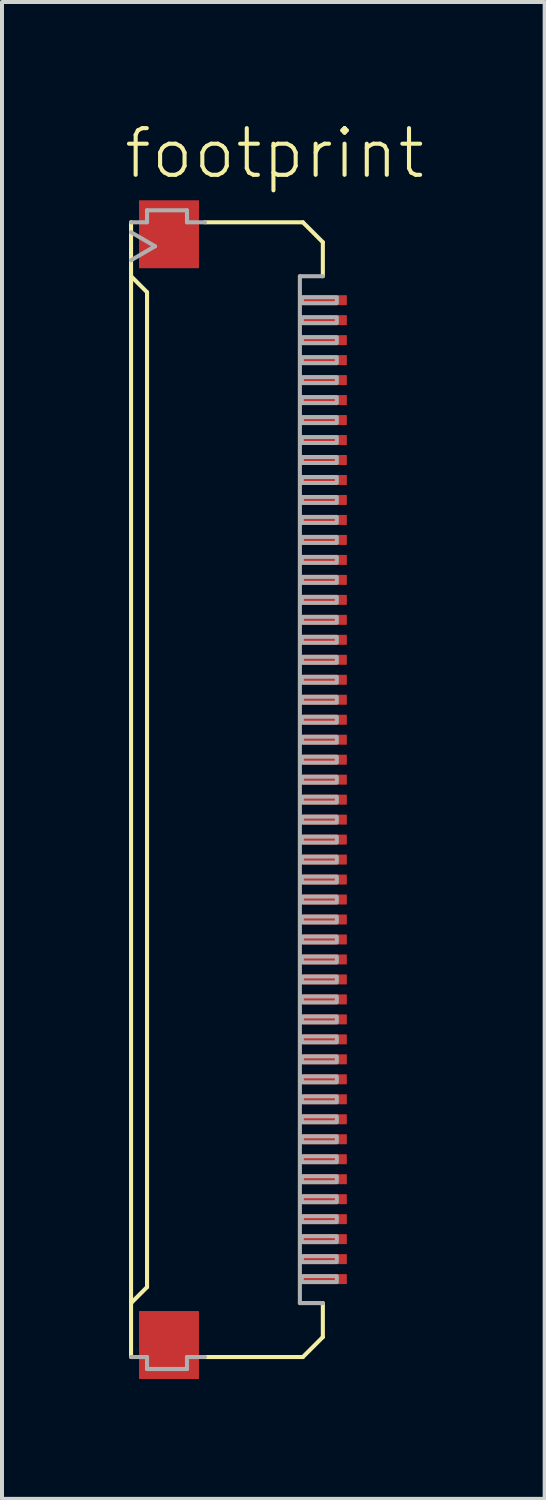
<source format=kicad_pcb>
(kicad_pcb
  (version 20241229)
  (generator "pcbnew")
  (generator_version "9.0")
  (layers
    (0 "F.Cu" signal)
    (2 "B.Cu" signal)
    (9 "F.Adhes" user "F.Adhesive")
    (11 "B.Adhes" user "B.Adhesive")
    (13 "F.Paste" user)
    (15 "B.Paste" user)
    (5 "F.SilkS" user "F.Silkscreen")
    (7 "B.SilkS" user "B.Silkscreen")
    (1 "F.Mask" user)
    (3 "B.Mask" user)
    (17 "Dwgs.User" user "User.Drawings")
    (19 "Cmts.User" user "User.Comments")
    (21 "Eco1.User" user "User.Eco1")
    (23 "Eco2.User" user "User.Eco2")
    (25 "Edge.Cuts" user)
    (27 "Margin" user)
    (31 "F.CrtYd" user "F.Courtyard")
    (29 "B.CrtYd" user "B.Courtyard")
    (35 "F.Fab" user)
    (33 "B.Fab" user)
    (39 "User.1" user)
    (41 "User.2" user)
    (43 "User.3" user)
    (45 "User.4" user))
  (footprint "footprint"
    (layer "F.Cu")
    (at 2.54 16.713)
    (property "Reference" "footprint" (at -2.54 -15.24 0) (layer "F.SilkS") (effects (font (size 1.168 1.168) (thickness 0.102)) (justify left bottom)))
    (fp_poly (pts (xy 1.965 -12.1) (xy 3.115 -12.1) (xy 3.115 -12.4) (xy 1.965 -12.4)) (stroke (width 0) (type solid)) (fill yes) (layer "F.Mask"))
    (fp_poly (pts (xy 1.965 -11.6) (xy 3.115 -11.6) (xy 3.115 -11.9) (xy 1.965 -11.9)) (stroke (width 0) (type solid)) (fill yes) (layer "F.Mask"))
    (fp_poly (pts (xy 1.965 -11.1) (xy 3.115 -11.1) (xy 3.115 -11.4) (xy 1.965 -11.4)) (stroke (width 0) (type solid)) (fill yes) (layer "F.Mask"))
    (fp_poly (pts (xy 1.965 -10.6) (xy 3.115 -10.6) (xy 3.115 -10.9) (xy 1.965 -10.9)) (stroke (width 0) (type solid)) (fill yes) (layer "F.Mask"))
    (fp_poly (pts (xy 1.965 -10.1) (xy 3.115 -10.1) (xy 3.115 -10.4) (xy 1.965 -10.4)) (stroke (width 0) (type solid)) (fill yes) (layer "F.Mask"))
    (fp_poly (pts (xy 1.965 -9.6) (xy 3.115 -9.6) (xy 3.115 -9.9) (xy 1.965 -9.9)) (stroke (width 0) (type solid)) (fill yes) (layer "F.Mask"))
    (fp_poly (pts (xy 1.965 -9.1) (xy 3.115 -9.1) (xy 3.115 -9.4) (xy 1.965 -9.4)) (stroke (width 0) (type solid)) (fill yes) (layer "F.Mask"))
    (fp_poly (pts (xy 1.965 -8.6) (xy 3.115 -8.6) (xy 3.115 -8.9) (xy 1.965 -8.9)) (stroke (width 0) (type solid)) (fill yes) (layer "F.Mask"))
    (fp_poly (pts (xy 1.965 -8.1) (xy 3.115 -8.1) (xy 3.115 -8.4) (xy 1.965 -8.4)) (stroke (width 0) (type solid)) (fill yes) (layer "F.Mask"))
    (fp_poly (pts (xy 1.965 -7.6) (xy 3.115 -7.6) (xy 3.115 -7.9) (xy 1.965 -7.9)) (stroke (width 0) (type solid)) (fill yes) (layer "F.Mask"))
    (fp_poly (pts (xy 1.965 -7.1) (xy 3.115 -7.1) (xy 3.115 -7.4) (xy 1.965 -7.4)) (stroke (width 0) (type solid)) (fill yes) (layer "F.Mask"))
    (fp_poly (pts (xy 1.965 -6.6) (xy 3.115 -6.6) (xy 3.115 -6.9) (xy 1.965 -6.9)) (stroke (width 0) (type solid)) (fill yes) (layer "F.Mask"))
    (fp_poly (pts (xy 1.965 -6.1) (xy 3.115 -6.1) (xy 3.115 -6.4) (xy 1.965 -6.4)) (stroke (width 0) (type solid)) (fill yes) (layer "F.Mask"))
    (fp_poly (pts (xy 1.965 -5.6) (xy 3.115 -5.6) (xy 3.115 -5.9) (xy 1.965 -5.9)) (stroke (width 0) (type solid)) (fill yes) (layer "F.Mask"))
    (fp_poly (pts (xy 1.965 -5.1) (xy 3.115 -5.1) (xy 3.115 -5.4) (xy 1.965 -5.4)) (stroke (width 0) (type solid)) (fill yes) (layer "F.Mask"))
    (fp_poly (pts (xy 1.965 -4.6) (xy 3.115 -4.6) (xy 3.115 -4.9) (xy 1.965 -4.9)) (stroke (width 0) (type solid)) (fill yes) (layer "F.Mask"))
    (fp_poly (pts (xy 1.965 -4.1) (xy 3.115 -4.1) (xy 3.115 -4.4) (xy 1.965 -4.4)) (stroke (width 0) (type solid)) (fill yes) (layer "F.Mask"))
    (fp_poly (pts (xy 1.965 -3.6) (xy 3.115 -3.6) (xy 3.115 -3.9) (xy 1.965 -3.9)) (stroke (width 0) (type solid)) (fill yes) (layer "F.Mask"))
    (fp_poly (pts (xy 1.965 -3.1) (xy 3.115 -3.1) (xy 3.115 -3.4) (xy 1.965 -3.4)) (stroke (width 0) (type solid)) (fill yes) (layer "F.Mask"))
    (fp_poly (pts (xy 1.965 -2.6) (xy 3.115 -2.6) (xy 3.115 -2.9) (xy 1.965 -2.9)) (stroke (width 0) (type solid)) (fill yes) (layer "F.Mask"))
    (fp_poly (pts (xy 1.965 -2.1) (xy 3.115 -2.1) (xy 3.115 -2.4) (xy 1.965 -2.4)) (stroke (width 0) (type solid)) (fill yes) (layer "F.Mask"))
    (fp_poly (pts (xy 1.965 -1.6) (xy 3.115 -1.6) (xy 3.115 -1.9) (xy 1.965 -1.9)) (stroke (width 0) (type solid)) (fill yes) (layer "F.Mask"))
    (fp_poly (pts (xy 1.965 -1.1) (xy 3.115 -1.1) (xy 3.115 -1.4) (xy 1.965 -1.4)) (stroke (width 0) (type solid)) (fill yes) (layer "F.Mask"))
    (fp_poly (pts (xy 1.965 -0.6) (xy 3.115 -0.6) (xy 3.115 -0.9) (xy 1.965 -0.9)) (stroke (width 0) (type solid)) (fill yes) (layer "F.Mask"))
    (fp_poly (pts (xy 1.965 -0.1) (xy 3.115 -0.1) (xy 3.115 -0.4) (xy 1.965 -0.4)) (stroke (width 0) (type solid)) (fill yes) (layer "F.Mask"))
    (fp_poly (pts (xy 1.965 0.4) (xy 3.115 0.4) (xy 3.115 0.1) (xy 1.965 0.1)) (stroke (width 0) (type solid)) (fill yes) (layer "F.Mask"))
    (fp_poly (pts (xy 1.965 0.9) (xy 3.115 0.9) (xy 3.115 0.6) (xy 1.965 0.6)) (stroke (width 0) (type solid)) (fill yes) (layer "F.Mask"))
    (fp_poly (pts (xy 1.965 1.4) (xy 3.115 1.4) (xy 3.115 1.1) (xy 1.965 1.1)) (stroke (width 0) (type solid)) (fill yes) (layer "F.Mask"))
    (fp_poly (pts (xy 1.965 1.9) (xy 3.115 1.9) (xy 3.115 1.6) (xy 1.965 1.6)) (stroke (width 0) (type solid)) (fill yes) (layer "F.Mask"))
    (fp_poly (pts (xy 1.965 2.4) (xy 3.115 2.4) (xy 3.115 2.1) (xy 1.965 2.1)) (stroke (width 0) (type solid)) (fill yes) (layer "F.Mask"))
    (fp_poly (pts (xy 1.965 2.9) (xy 3.115 2.9) (xy 3.115 2.6) (xy 1.965 2.6)) (stroke (width 0) (type solid)) (fill yes) (layer "F.Mask"))
    (fp_poly (pts (xy 1.965 3.4) (xy 3.115 3.4) (xy 3.115 3.1) (xy 1.965 3.1)) (stroke (width 0) (type solid)) (fill yes) (layer "F.Mask"))
    (fp_poly (pts (xy 1.965 3.9) (xy 3.115 3.9) (xy 3.115 3.6) (xy 1.965 3.6)) (stroke (width 0) (type solid)) (fill yes) (layer "F.Mask"))
    (fp_poly (pts (xy 1.965 4.4) (xy 3.115 4.4) (xy 3.115 4.1) (xy 1.965 4.1)) (stroke (width 0) (type solid)) (fill yes) (layer "F.Mask"))
    (fp_poly (pts (xy 1.965 4.9) (xy 3.115 4.9) (xy 3.115 4.6) (xy 1.965 4.6)) (stroke (width 0) (type solid)) (fill yes) (layer "F.Mask"))
    (fp_poly (pts (xy 1.965 5.4) (xy 3.115 5.4) (xy 3.115 5.1) (xy 1.965 5.1)) (stroke (width 0) (type solid)) (fill yes) (layer "F.Mask"))
    (fp_poly (pts (xy 1.965 5.9) (xy 3.115 5.9) (xy 3.115 5.6) (xy 1.965 5.6)) (stroke (width 0) (type solid)) (fill yes) (layer "F.Mask"))
    (fp_poly (pts (xy 1.965 6.4) (xy 3.115 6.4) (xy 3.115 6.1) (xy 1.965 6.1)) (stroke (width 0) (type solid)) (fill yes) (layer "F.Mask"))
    (fp_poly (pts (xy 1.965 6.9) (xy 3.115 6.9) (xy 3.115 6.6) (xy 1.965 6.6)) (stroke (width 0) (type solid)) (fill yes) (layer "F.Mask"))
    (fp_poly (pts (xy 1.965 7.4) (xy 3.115 7.4) (xy 3.115 7.1) (xy 1.965 7.1)) (stroke (width 0) (type solid)) (fill yes) (layer "F.Mask"))
    (fp_poly (pts (xy 1.965 7.9) (xy 3.115 7.9) (xy 3.115 7.6) (xy 1.965 7.6)) (stroke (width 0) (type solid)) (fill yes) (layer "F.Mask"))
    (fp_poly (pts (xy 1.965 8.4) (xy 3.115 8.4) (xy 3.115 8.1) (xy 1.965 8.1)) (stroke (width 0) (type solid)) (fill yes) (layer "F.Mask"))
    (fp_poly (pts (xy 1.965 8.9) (xy 3.115 8.9) (xy 3.115 8.6) (xy 1.965 8.6)) (stroke (width 0) (type solid)) (fill yes) (layer "F.Mask"))
    (fp_poly (pts (xy 1.965 9.4) (xy 3.115 9.4) (xy 3.115 9.1) (xy 1.965 9.1)) (stroke (width 0) (type solid)) (fill yes) (layer "F.Mask"))
    (fp_poly (pts (xy 1.965 9.9) (xy 3.115 9.9) (xy 3.115 9.6) (xy 1.965 9.6)) (stroke (width 0) (type solid)) (fill yes) (layer "F.Mask"))
    (fp_poly (pts (xy 1.965 10.4) (xy 3.115 10.4) (xy 3.115 10.1) (xy 1.965 10.1)) (stroke (width 0) (type solid)) (fill yes) (layer "F.Mask"))
    (fp_poly (pts (xy 1.965 10.9) (xy 3.115 10.9) (xy 3.115 10.6) (xy 1.965 10.6)) (stroke (width 0) (type solid)) (fill yes) (layer "F.Mask"))
    (fp_poly (pts (xy 1.965 11.4) (xy 3.115 11.4) (xy 3.115 11.1) (xy 1.965 11.1)) (stroke (width 0) (type solid)) (fill yes) (layer "F.Mask"))
    (fp_poly (pts (xy 1.965 11.9) (xy 3.115 11.9) (xy 3.115 11.6) (xy 1.965 11.6)) (stroke (width 0) (type solid)) (fill yes) (layer "F.Mask"))
    (fp_poly (pts (xy 1.965 12.4) (xy 3.115 12.4) (xy 3.115 12.1) (xy 1.965 12.1)) (stroke (width 0) (type solid)) (fill yes) (layer "F.Mask"))
    (fp_line (start -2.31 -12.85) (end -2.31 -14.2) (stroke (width 0.102) (type solid)) (layer "F.SilkS"))
    (fp_line (start -2.31 -12.85) (end -2.31 12.85) (stroke (width 0.102) (type solid)) (layer "F.SilkS"))
    (fp_line (start -2.31 12.85) (end -1.91 12.45) (stroke (width 0.102) (type solid)) (layer "F.SilkS"))
    (fp_line (start -2.31 14.2) (end -2.31 12.85) (stroke (width 0.102) (type solid)) (layer "F.SilkS"))
    (fp_line (start -1.91 -12.45) (end -2.31 -12.85) (stroke (width 0.102) (type solid)) (layer "F.SilkS"))
    (fp_line (start -1.91 12.45) (end -1.91 -12.45) (stroke (width 0.102) (type solid)) (layer "F.SilkS"))
    (fp_line (start 1.99 -14.2) (end -0.46 -14.2) (stroke (width 0.102) (type solid)) (layer "F.SilkS"))
    (fp_line (start 1.99 14.2) (end -0.46 14.2) (stroke (width 0.102) (type solid)) (layer "F.SilkS"))
    (fp_line (start 2.49 -13.7) (end 1.99 -14.2) (stroke (width 0.102) (type solid)) (layer "F.SilkS"))
    (fp_line (start 2.49 -12.85) (end 2.49 -13.7) (stroke (width 0.102) (type solid)) (layer "F.SilkS"))
    (fp_line (start 2.49 12.85) (end 2.49 13.7) (stroke (width 0.102) (type solid)) (layer "F.SilkS"))
    (fp_line (start 2.49 13.7) (end 1.99 14.2) (stroke (width 0.102) (type solid)) (layer "F.SilkS"))
    (fp_line (start -2.31 -14.2) (end -1.91 -14.2) (stroke (width 0.102) (type solid)) (layer "F.Fab"))
    (fp_line (start -2.31 -13.95) (end -1.71 -13.6) (stroke (width 0.102) (type solid)) (layer "F.Fab"))
    (fp_line (start -1.91 -14.5) (end -0.91 -14.5) (stroke (width 0.102) (type solid)) (layer "F.Fab"))
    (fp_line (start -1.91 -14.2) (end -1.91 -14.5) (stroke (width 0.102) (type solid)) (layer "F.Fab"))
    (fp_line (start -1.91 14.2) (end -2.31 14.2) (stroke (width 0.102) (type solid)) (layer "F.Fab"))
    (fp_line (start -1.91 14.5) (end -1.91 14.2) (stroke (width 0.102) (type solid)) (layer "F.Fab"))
    (fp_line (start -1.71 -13.6) (end -2.31 -13.25) (stroke (width 0.102) (type solid)) (layer "F.Fab"))
    (fp_line (start -0.91 -14.5) (end -0.91 -14.2) (stroke (width 0.102) (type solid)) (layer "F.Fab"))
    (fp_line (start -0.91 -14.2) (end -0.46 -14.2) (stroke (width 0.102) (type solid)) (layer "F.Fab"))
    (fp_line (start -0.91 14.2) (end -0.91 14.5) (stroke (width 0.102) (type solid)) (layer "F.Fab"))
    (fp_line (start -0.91 14.5) (end -1.91 14.5) (stroke (width 0.102) (type solid)) (layer "F.Fab"))
    (fp_line (start -0.46 14.2) (end -0.91 14.2) (stroke (width 0.102) (type solid)) (layer "F.Fab"))
    (fp_line (start 1.915 -12.85) (end 1.915 12.85) (stroke (width 0.102) (type solid)) (layer "F.Fab"))
    (fp_line (start 1.915 12.85) (end 2.49 12.85) (stroke (width 0.102) (type solid)) (layer "F.Fab"))
    (fp_line (start 2.49 -12.85) (end 1.915 -12.85) (stroke (width 0.102) (type solid)) (layer "F.Fab"))
    (fp_poly (pts (xy 1.965 -12.175) (xy 2.84 -12.175) (xy 2.84 -12.325) (xy 1.965 -12.325)) (stroke (width 0.1) (type solid)) (fill no) (layer "F.Fab"))
    (fp_poly (pts (xy 1.965 -11.675) (xy 2.84 -11.675) (xy 2.84 -11.825) (xy 1.965 -11.825)) (stroke (width 0.1) (type solid)) (fill no) (layer "F.Fab"))
    (fp_poly (pts (xy 1.965 -11.175) (xy 2.84 -11.175) (xy 2.84 -11.325) (xy 1.965 -11.325)) (stroke (width 0.1) (type solid)) (fill no) (layer "F.Fab"))
    (fp_poly (pts (xy 1.965 -10.675) (xy 2.84 -10.675) (xy 2.84 -10.825) (xy 1.965 -10.825)) (stroke (width 0.1) (type solid)) (fill no) (layer "F.Fab"))
    (fp_poly (pts (xy 1.965 -10.175) (xy 2.84 -10.175) (xy 2.84 -10.325) (xy 1.965 -10.325)) (stroke (width 0.1) (type solid)) (fill no) (layer "F.Fab"))
    (fp_poly (pts (xy 1.965 -9.675) (xy 2.84 -9.675) (xy 2.84 -9.825) (xy 1.965 -9.825)) (stroke (width 0.1) (type solid)) (fill no) (layer "F.Fab"))
    (fp_poly (pts (xy 1.965 -9.175) (xy 2.84 -9.175) (xy 2.84 -9.325) (xy 1.965 -9.325)) (stroke (width 0.1) (type solid)) (fill no) (layer "F.Fab"))
    (fp_poly (pts (xy 1.965 -8.675) (xy 2.84 -8.675) (xy 2.84 -8.825) (xy 1.965 -8.825)) (stroke (width 0.1) (type solid)) (fill no) (layer "F.Fab"))
    (fp_poly (pts (xy 1.965 -8.175) (xy 2.84 -8.175) (xy 2.84 -8.325) (xy 1.965 -8.325)) (stroke (width 0.1) (type solid)) (fill no) (layer "F.Fab"))
    (fp_poly (pts (xy 1.965 -7.675) (xy 2.84 -7.675) (xy 2.84 -7.825) (xy 1.965 -7.825)) (stroke (width 0.1) (type solid)) (fill no) (layer "F.Fab"))
    (fp_poly (pts (xy 1.965 -7.175) (xy 2.84 -7.175) (xy 2.84 -7.325) (xy 1.965 -7.325)) (stroke (width 0.1) (type solid)) (fill no) (layer "F.Fab"))
    (fp_poly (pts (xy 1.965 -6.675) (xy 2.84 -6.675) (xy 2.84 -6.825) (xy 1.965 -6.825)) (stroke (width 0.1) (type solid)) (fill no) (layer "F.Fab"))
    (fp_poly (pts (xy 1.965 -6.175) (xy 2.84 -6.175) (xy 2.84 -6.325) (xy 1.965 -6.325)) (stroke (width 0.1) (type solid)) (fill no) (layer "F.Fab"))
    (fp_poly (pts (xy 1.965 -5.675) (xy 2.84 -5.675) (xy 2.84 -5.825) (xy 1.965 -5.825)) (stroke (width 0.1) (type solid)) (fill no) (layer "F.Fab"))
    (fp_poly (pts (xy 1.965 -5.175) (xy 2.84 -5.175) (xy 2.84 -5.325) (xy 1.965 -5.325)) (stroke (width 0.1) (type solid)) (fill no) (layer "F.Fab"))
    (fp_poly (pts (xy 1.965 -4.675) (xy 2.84 -4.675) (xy 2.84 -4.825) (xy 1.965 -4.825)) (stroke (width 0.1) (type solid)) (fill no) (layer "F.Fab"))
    (fp_poly (pts (xy 1.965 -4.175) (xy 2.84 -4.175) (xy 2.84 -4.325) (xy 1.965 -4.325)) (stroke (width 0.1) (type solid)) (fill no) (layer "F.Fab"))
    (fp_poly (pts (xy 1.965 -3.675) (xy 2.84 -3.675) (xy 2.84 -3.825) (xy 1.965 -3.825)) (stroke (width 0.1) (type solid)) (fill no) (layer "F.Fab"))
    (fp_poly (pts (xy 1.965 -3.175) (xy 2.84 -3.175) (xy 2.84 -3.325) (xy 1.965 -3.325)) (stroke (width 0.1) (type solid)) (fill no) (layer "F.Fab"))
    (fp_poly (pts (xy 1.965 -2.675) (xy 2.84 -2.675) (xy 2.84 -2.825) (xy 1.965 -2.825)) (stroke (width 0.1) (type solid)) (fill no) (layer "F.Fab"))
    (fp_poly (pts (xy 1.965 -2.175) (xy 2.84 -2.175) (xy 2.84 -2.325) (xy 1.965 -2.325)) (stroke (width 0.1) (type solid)) (fill no) (layer "F.Fab"))
    (fp_poly (pts (xy 1.965 -1.675) (xy 2.84 -1.675) (xy 2.84 -1.825) (xy 1.965 -1.825)) (stroke (width 0.1) (type solid)) (fill no) (layer "F.Fab"))
    (fp_poly (pts (xy 1.965 -1.175) (xy 2.84 -1.175) (xy 2.84 -1.325) (xy 1.965 -1.325)) (stroke (width 0.1) (type solid)) (fill no) (layer "F.Fab"))
    (fp_poly (pts (xy 1.965 -0.675) (xy 2.84 -0.675) (xy 2.84 -0.825) (xy 1.965 -0.825)) (stroke (width 0.1) (type solid)) (fill no) (layer "F.Fab"))
    (fp_poly (pts (xy 1.965 -0.175) (xy 2.84 -0.175) (xy 2.84 -0.325) (xy 1.965 -0.325)) (stroke (width 0.1) (type solid)) (fill no) (layer "F.Fab"))
    (fp_poly (pts (xy 1.965 0.325) (xy 2.84 0.325) (xy 2.84 0.175) (xy 1.965 0.175)) (stroke (width 0.1) (type solid)) (fill no) (layer "F.Fab"))
    (fp_poly (pts (xy 1.965 0.825) (xy 2.84 0.825) (xy 2.84 0.675) (xy 1.965 0.675)) (stroke (width 0.1) (type solid)) (fill no) (layer "F.Fab"))
    (fp_poly (pts (xy 1.965 1.325) (xy 2.84 1.325) (xy 2.84 1.175) (xy 1.965 1.175)) (stroke (width 0.1) (type solid)) (fill no) (layer "F.Fab"))
    (fp_poly (pts (xy 1.965 1.825) (xy 2.84 1.825) (xy 2.84 1.675) (xy 1.965 1.675)) (stroke (width 0.1) (type solid)) (fill no) (layer "F.Fab"))
    (fp_poly (pts (xy 1.965 2.325) (xy 2.84 2.325) (xy 2.84 2.175) (xy 1.965 2.175)) (stroke (width 0.1) (type solid)) (fill no) (layer "F.Fab"))
    (fp_poly (pts (xy 1.965 2.825) (xy 2.84 2.825) (xy 2.84 2.675) (xy 1.965 2.675)) (stroke (width 0.1) (type solid)) (fill no) (layer "F.Fab"))
    (fp_poly (pts (xy 1.965 3.325) (xy 2.84 3.325) (xy 2.84 3.175) (xy 1.965 3.175)) (stroke (width 0.1) (type solid)) (fill no) (layer "F.Fab"))
    (fp_poly (pts (xy 1.965 3.825) (xy 2.84 3.825) (xy 2.84 3.675) (xy 1.965 3.675)) (stroke (width 0.1) (type solid)) (fill no) (layer "F.Fab"))
    (fp_poly (pts (xy 1.965 4.325) (xy 2.84 4.325) (xy 2.84 4.175) (xy 1.965 4.175)) (stroke (width 0.1) (type solid)) (fill no) (layer "F.Fab"))
    (fp_poly (pts (xy 1.965 4.825) (xy 2.84 4.825) (xy 2.84 4.675) (xy 1.965 4.675)) (stroke (width 0.1) (type solid)) (fill no) (layer "F.Fab"))
    (fp_poly (pts (xy 1.965 5.325) (xy 2.84 5.325) (xy 2.84 5.175) (xy 1.965 5.175)) (stroke (width 0.1) (type solid)) (fill no) (layer "F.Fab"))
    (fp_poly (pts (xy 1.965 5.825) (xy 2.84 5.825) (xy 2.84 5.675) (xy 1.965 5.675)) (stroke (width 0.1) (type solid)) (fill no) (layer "F.Fab"))
    (fp_poly (pts (xy 1.965 6.325) (xy 2.84 6.325) (xy 2.84 6.175) (xy 1.965 6.175)) (stroke (width 0.1) (type solid)) (fill no) (layer "F.Fab"))
    (fp_poly (pts (xy 1.965 6.825) (xy 2.84 6.825) (xy 2.84 6.675) (xy 1.965 6.675)) (stroke (width 0.1) (type solid)) (fill no) (layer "F.Fab"))
    (fp_poly (pts (xy 1.965 7.325) (xy 2.84 7.325) (xy 2.84 7.175) (xy 1.965 7.175)) (stroke (width 0.1) (type solid)) (fill no) (layer "F.Fab"))
    (fp_poly (pts (xy 1.965 7.825) (xy 2.84 7.825) (xy 2.84 7.675) (xy 1.965 7.675)) (stroke (width 0.1) (type solid)) (fill no) (layer "F.Fab"))
    (fp_poly (pts (xy 1.965 8.325) (xy 2.84 8.325) (xy 2.84 8.175) (xy 1.965 8.175)) (stroke (width 0.1) (type solid)) (fill no) (layer "F.Fab"))
    (fp_poly (pts (xy 1.965 8.825) (xy 2.84 8.825) (xy 2.84 8.675) (xy 1.965 8.675)) (stroke (width 0.1) (type solid)) (fill no) (layer "F.Fab"))
    (fp_poly (pts (xy 1.965 9.325) (xy 2.84 9.325) (xy 2.84 9.175) (xy 1.965 9.175)) (stroke (width 0.1) (type solid)) (fill no) (layer "F.Fab"))
    (fp_poly (pts (xy 1.965 9.825) (xy 2.84 9.825) (xy 2.84 9.675) (xy 1.965 9.675)) (stroke (width 0.1) (type solid)) (fill no) (layer "F.Fab"))
    (fp_poly (pts (xy 1.965 10.325) (xy 2.84 10.325) (xy 2.84 10.175) (xy 1.965 10.175)) (stroke (width 0.1) (type solid)) (fill no) (layer "F.Fab"))
    (fp_poly (pts (xy 1.965 10.825) (xy 2.84 10.825) (xy 2.84 10.675) (xy 1.965 10.675)) (stroke (width 0.1) (type solid)) (fill no) (layer "F.Fab"))
    (fp_poly (pts (xy 1.965 11.325) (xy 2.84 11.325) (xy 2.84 11.175) (xy 1.965 11.175)) (stroke (width 0.1) (type solid)) (fill no) (layer "F.Fab"))
    (fp_poly (pts (xy 1.965 11.825) (xy 2.84 11.825) (xy 2.84 11.675) (xy 1.965 11.675)) (stroke (width 0.1) (type solid)) (fill no) (layer "F.Fab"))
    (fp_poly (pts (xy 1.965 12.325) (xy 2.84 12.325) (xy 2.84 12.175) (xy 1.965 12.175)) (stroke (width 0.1) (type solid)) (fill no) (layer "F.Fab"))
    (pad "1" smd rect (at 2.54 -12.25) (size 1.1 0.25) (layers "F.Cu" "F.Paste"))
    (pad "2" smd rect (at 2.54 -11.75) (size 1.1 0.25) (layers "F.Cu" "F.Paste"))
    (pad "3" smd rect (at 2.54 -11.25) (size 1.1 0.25) (layers "F.Cu" "F.Paste"))
    (pad "4" smd rect (at 2.54 -10.75) (size 1.1 0.25) (layers "F.Cu" "F.Paste"))
    (pad "5" smd rect (at 2.54 -10.25) (size 1.1 0.25) (layers "F.Cu" "F.Paste"))
    (pad "6" smd rect (at 2.54 -9.75) (size 1.1 0.25) (layers "F.Cu" "F.Paste"))
    (pad "7" smd rect (at 2.54 -9.25) (size 1.1 0.25) (layers "F.Cu" "F.Paste"))
    (pad "8" smd rect (at 2.54 -8.75) (size 1.1 0.25) (layers "F.Cu" "F.Paste"))
    (pad "9" smd rect (at 2.54 -8.25) (size 1.1 0.25) (layers "F.Cu" "F.Paste"))
    (pad "10" smd rect (at 2.54 -7.75) (size 1.1 0.25) (layers "F.Cu" "F.Paste"))
    (pad "11" smd rect (at 2.54 -7.25) (size 1.1 0.25) (layers "F.Cu" "F.Paste"))
    (pad "12" smd rect (at 2.54 -6.75) (size 1.1 0.25) (layers "F.Cu" "F.Paste"))
    (pad "13" smd rect (at 2.54 -6.25) (size 1.1 0.25) (layers "F.Cu" "F.Paste"))
    (pad "14" smd rect (at 2.54 -5.75) (size 1.1 0.25) (layers "F.Cu" "F.Paste"))
    (pad "15" smd rect (at 2.54 -5.25) (size 1.1 0.25) (layers "F.Cu" "F.Paste"))
    (pad "16" smd rect (at 2.54 -4.75) (size 1.1 0.25) (layers "F.Cu" "F.Paste"))
    (pad "17" smd rect (at 2.54 -4.25) (size 1.1 0.25) (layers "F.Cu" "F.Paste"))
    (pad "18" smd rect (at 2.54 -3.75) (size 1.1 0.25) (layers "F.Cu" "F.Paste"))
    (pad "19" smd rect (at 2.54 -3.25) (size 1.1 0.25) (layers "F.Cu" "F.Paste"))
    (pad "20" smd rect (at 2.54 -2.75) (size 1.1 0.25) (layers "F.Cu" "F.Paste"))
    (pad "21" smd rect (at 2.54 -2.25) (size 1.1 0.25) (layers "F.Cu" "F.Paste"))
    (pad "22" smd rect (at 2.54 -1.75) (size 1.1 0.25) (layers "F.Cu" "F.Paste"))
    (pad "23" smd rect (at 2.54 -1.25) (size 1.1 0.25) (layers "F.Cu" "F.Paste"))
    (pad "24" smd rect (at 2.54 -0.75) (size 1.1 0.25) (layers "F.Cu" "F.Paste"))
    (pad "25" smd rect (at 2.54 -0.25) (size 1.1 0.25) (layers "F.Cu" "F.Paste"))
    (pad "26" smd rect (at 2.54 0.25) (size 1.1 0.25) (layers "F.Cu" "F.Paste"))
    (pad "27" smd rect (at 2.54 0.75) (size 1.1 0.25) (layers "F.Cu" "F.Paste"))
    (pad "28" smd rect (at 2.54 1.25) (size 1.1 0.25) (layers "F.Cu" "F.Paste"))
    (pad "29" smd rect (at 2.54 1.75) (size 1.1 0.25) (layers "F.Cu" "F.Paste"))
    (pad "30" smd rect (at 2.54 2.25) (size 1.1 0.25) (layers "F.Cu" "F.Paste"))
    (pad "31" smd rect (at 2.54 2.75) (size 1.1 0.25) (layers "F.Cu" "F.Paste"))
    (pad "32" smd rect (at 2.54 3.25) (size 1.1 0.25) (layers "F.Cu" "F.Paste"))
    (pad "33" smd rect (at 2.54 3.75) (size 1.1 0.25) (layers "F.Cu" "F.Paste"))
    (pad "34" smd rect (at 2.54 4.25) (size 1.1 0.25) (layers "F.Cu" "F.Paste"))
    (pad "35" smd rect (at 2.54 4.75) (size 1.1 0.25) (layers "F.Cu" "F.Paste"))
    (pad "36" smd rect (at 2.54 5.25) (size 1.1 0.25) (layers "F.Cu" "F.Paste"))
    (pad "37" smd rect (at 2.54 5.75) (size 1.1 0.25) (layers "F.Cu" "F.Paste"))
    (pad "38" smd rect (at 2.54 6.25) (size 1.1 0.25) (layers "F.Cu" "F.Paste"))
    (pad "39" smd rect (at 2.54 6.75) (size 1.1 0.25) (layers "F.Cu" "F.Paste"))
    (pad "40" smd rect (at 2.54 7.25) (size 1.1 0.25) (layers "F.Cu" "F.Paste"))
    (pad "41" smd rect (at 2.54 7.75) (size 1.1 0.25) (layers "F.Cu" "F.Paste"))
    (pad "42" smd rect (at 2.54 8.25) (size 1.1 0.25) (layers "F.Cu" "F.Paste"))
    (pad "43" smd rect (at 2.54 8.75) (size 1.1 0.25) (layers "F.Cu" "F.Paste"))
    (pad "44" smd rect (at 2.54 9.25) (size 1.1 0.25) (layers "F.Cu" "F.Paste"))
    (pad "45" smd rect (at 2.54 9.75) (size 1.1 0.25) (layers "F.Cu" "F.Paste"))
    (pad "46" smd rect (at 2.54 10.25) (size 1.1 0.25) (layers "F.Cu" "F.Paste"))
    (pad "47" smd rect (at 2.54 10.75) (size 1.1 0.25) (layers "F.Cu" "F.Paste"))
    (pad "48" smd rect (at 2.54 11.25) (size 1.1 0.25) (layers "F.Cu" "F.Paste"))
    (pad "49" smd rect (at 2.54 11.75) (size 1.1 0.25) (layers "F.Cu" "F.Paste"))
    (pad "50" smd rect (at 2.54 12.25) (size 1.1 0.25) (layers "F.Cu" "F.Paste"))
    (pad "M1" smd rect (at -1.36 -13.9) (size 1.5 1.7) (layers "F.Cu" "F.Mask" "F.Paste"))
    (pad "M2" smd rect (at -1.36 13.9) (size 1.5 1.7) (layers "F.Cu" "F.Mask" "F.Paste")))
  (gr_rect
    (start -3 -3)
    (end 10.582 34.463)
    (stroke (width 0.1) (type default))
    (fill no)
    (layer "Edge.Cuts")))
</source>
